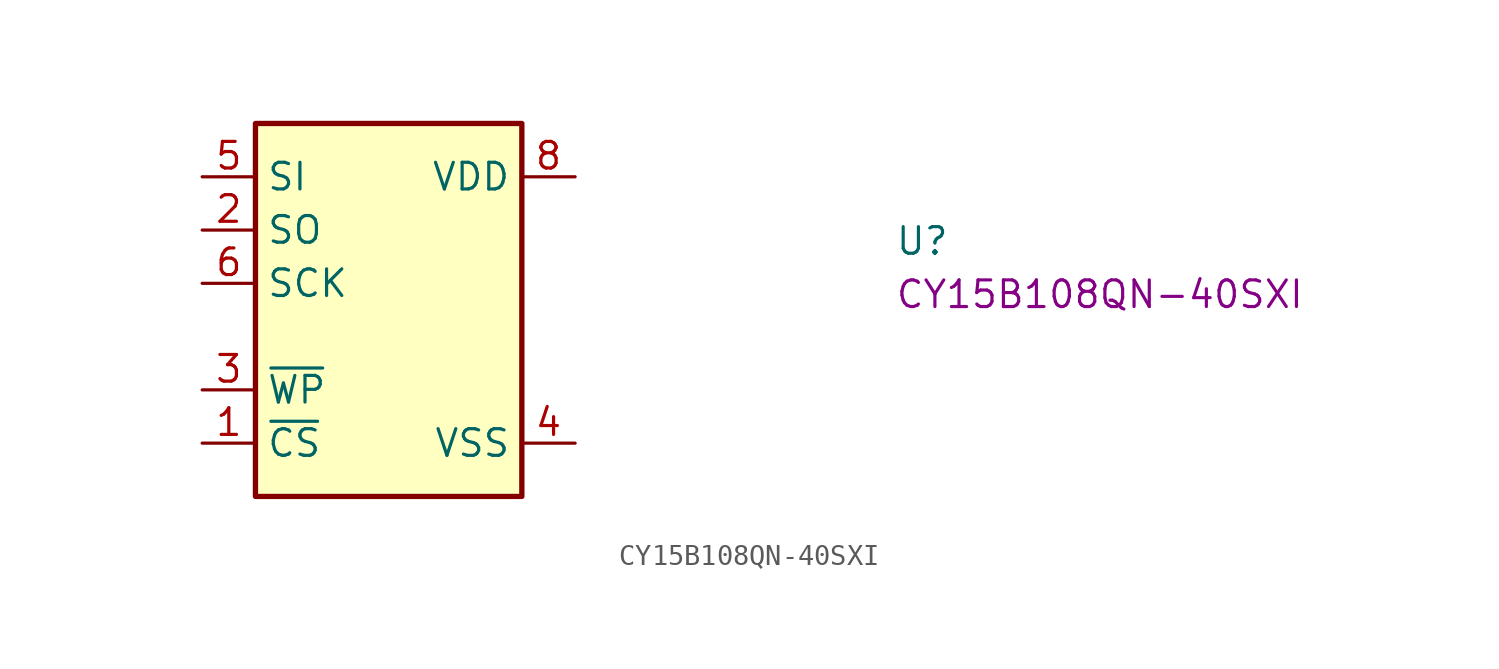
<source format=kicad_sym>
(kicad_symbol_lib
  (version 20220914)
  (generator kicad_symbol_editor)
  (symbol "CY15B108QN-40SXI"
    (property "Reference" "U"
      (at 33.02 -3.81 0)
      (effects (font (size 1.27 1.27) (thickness 0.15)) (justify left bottom)))
    (property "MPN" "CY15B108QN-40SXI"
      (at 33.02 -6.35 0)
      (effects (font (size 1.27 1.27) (thickness 0.15)) (justify left bottom)))
    (symbol "CY15B108QN-40SXI_1_1"
      (rectangle (start 2.54 2.54) (end 15.24 -15.24) (stroke (width 0.254) (type default)) (fill (type background)))
      (pin input line (at 0 -12.7 0) (length 2.54) (name "~{CS}" (effects (font (size 1.27 1.27)))) (number "1" (effects (font (size 1.27 1.27)))))
      (pin bidirectional line (at 0 -2.54 0) (length 2.54) (name "SO" (effects (font (size 1.27 1.27)))) (number "2" (effects (font (size 1.27 1.27)))))
      (pin bidirectional line (at 0 -10.16 0) (length 2.54) (name "~{WP}" (effects (font (size 1.27 1.27)))) (number "3" (effects (font (size 1.27 1.27)))))
      (pin power_in line (at 17.78 -12.7 180) (length 2.54) (name "VSS" (effects (font (size 1.27 1.27)))) (number "4" (effects (font (size 1.27 1.27)))))
      (pin bidirectional line (at 0 0 0) (length 2.54) (name "SI" (effects (font (size 1.27 1.27)))) (number "5" (effects (font (size 1.27 1.27)))))
      (pin input line (at 0 -5.08 0) (length 2.54) (name "SCK" (effects (font (size 1.27 1.27)))) (number "6" (effects (font (size 1.27 1.27)))))
      (pin no_connect line (at 2.54 -7.62 0) (length 2.54) hide (name "DNU" (effects (font (size 1.27 1.27)))) (number "7" (effects (font (size 1.27 1.27)))))
      (pin power_in line (at 17.78 0 180) (length 2.54) (name "VDD" (effects (font (size 1.27 1.27)))) (number "8" (effects (font (size 1.27 1.27))))))))
</source>
